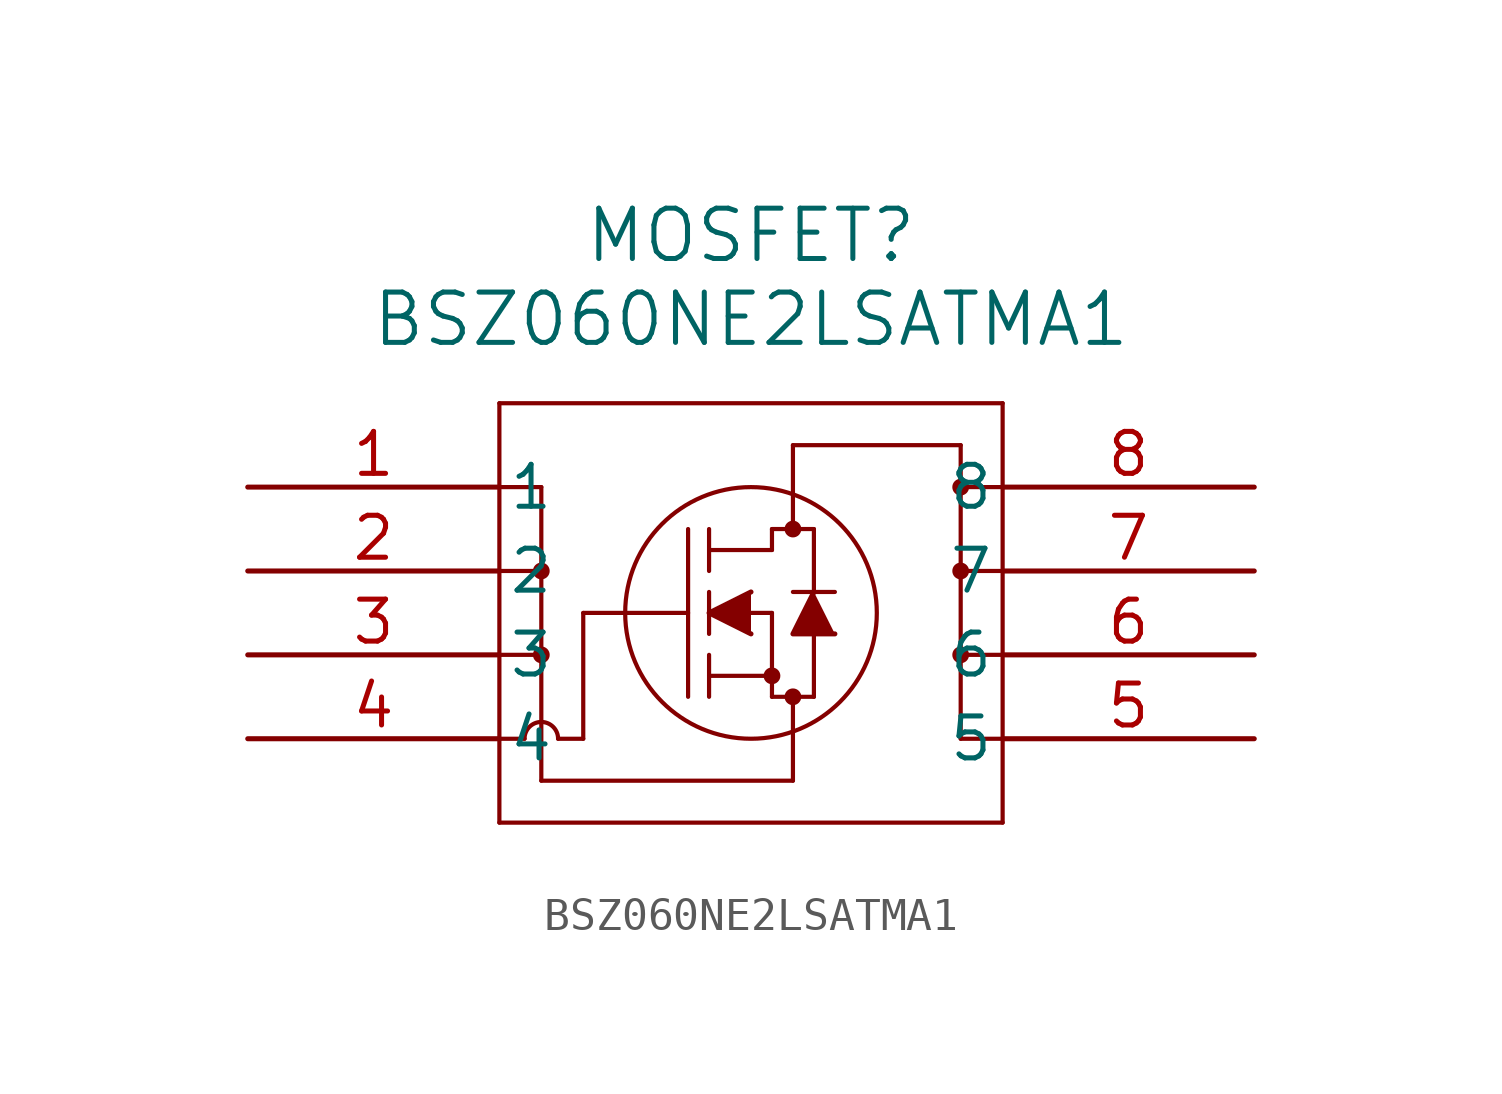
<source format=kicad_sym>
(kicad_symbol_lib
  (version 20211014)
  (generator kicad_symbol_editor)
  (symbol "BSZ060NE2LSATMA1"
    (pin_names
      (offset 0.254))
    (property "Reference" "MOSFET"
      (at 15.24 7.62 0)
      (effects (font (size 1.524 1.524))))
    (property "Value" "BSZ060NE2LSATMA1"
      (at 15.24 5.08 0)
      (effects (font (size 1.524 1.524))))
    (symbol "BSZ060NE2LSATMA1_0_1"
      (polyline (pts (xy 7.62 2.54) (xy 7.62 -10.16)) (stroke (width 0.127) (type default) (color 0 0 0 0)) (fill (type none)))
      (polyline (pts (xy 7.62 -10.16) (xy 22.86 -10.16)) (stroke (width 0.127) (type default) (color 0 0 0 0)) (fill (type none)))
      (polyline (pts (xy 22.86 -10.16) (xy 22.86 2.54)) (stroke (width 0.127) (type default) (color 0 0 0 0)) (fill (type none)))
      (polyline (pts (xy 22.86 2.54) (xy 7.62 2.54)) (stroke (width 0.127) (type default) (color 0 0 0 0)) (fill (type none)))
      (circle (center 16.51 -1.27) (radius 0.127) (stroke (width 0.254) (type default) (color 0 0 0 0)) (fill (type none)))
      (circle (center 16.51 -6.35) (radius 0.127) (stroke (width 0.254) (type default) (color 0 0 0 0)) (fill (type none)))
      (circle (center 15.875 -5.715) (radius 0.127) (stroke (width 0.254) (type default) (color 0 0 0 0)) (fill (type none)))
      (circle (center 15.24 -3.81) (radius 3.81) (stroke (width 0.127) (type default) (color 0 0 0 0)) (fill (type none)))
      (polyline (pts (xy 10.16 -3.81) (xy 13.335 -3.81)) (stroke (width 0.127) (type default) (color 0 0 0 0)) (fill (type none)))
      (polyline (pts (xy 13.335 -6.35) (xy 13.335 -1.27)) (stroke (width 0.127) (type default) (color 0 0 0 0)) (fill (type none)))
      (polyline (pts (xy 13.97 -4.445) (xy 13.97 -3.175)) (stroke (width 0.127) (type default) (color 0 0 0 0)) (fill (type none)))
      (polyline (pts (xy 13.97 -6.35) (xy 13.97 -5.08)) (stroke (width 0.127) (type default) (color 0 0 0 0)) (fill (type none)))
      (polyline (pts (xy 13.97 -2.54) (xy 13.97 -1.27)) (stroke (width 0.127) (type default) (color 0 0 0 0)) (fill (type none)))
      (polyline (pts (xy 15.24 -3.81) (xy 15.875 -3.81)) (stroke (width 0.127) (type default) (color 0 0 0 0)) (fill (type none)))
      (polyline (pts (xy 13.97 -5.715) (xy 15.875 -5.715)) (stroke (width 0.127) (type default) (color 0 0 0 0)) (fill (type none)))
      (polyline (pts (xy 15.875 -6.35) (xy 15.875 -3.81)) (stroke (width 0.127) (type default) (color 0 0 0 0)) (fill (type none)))
      (polyline (pts (xy 15.875 -6.35) (xy 17.145 -6.35)) (stroke (width 0.127) (type default) (color 0 0 0 0)) (fill (type none)))
      (polyline (pts (xy 13.97 -1.905) (xy 15.875 -1.905)) (stroke (width 0.127) (type default) (color 0 0 0 0)) (fill (type none)))
      (polyline (pts (xy 17.145 -3.175) (xy 17.145 -1.27)) (stroke (width 0.127) (type default) (color 0 0 0 0)) (fill (type none)))
      (polyline (pts (xy 17.145 -6.35) (xy 17.145 -4.445)) (stroke (width 0.127) (type default) (color 0 0 0 0)) (fill (type none)))
      (polyline (pts (xy 17.78 -3.175) (xy 16.51 -3.175)) (stroke (width 0.127) (type default) (color 0 0 0 0)) (fill (type none)))
      (polyline (pts (xy 15.875 -1.27) (xy 17.145 -1.27)) (stroke (width 0.127) (type default) (color 0 0 0 0)) (fill (type none)))
      (polyline (pts (xy 15.875 -1.905) (xy 15.875 -1.27)) (stroke (width 0.127) (type default) (color 0 0 0 0)) (fill (type none)))
      (polyline (pts (xy 7.62 -7.62) (xy 8.382 -7.62)) (stroke (width 0.127) (type default) (color 0 0 0 0)) (fill (type none)))
      (polyline (pts (xy 8.89 0) (xy 8.89 -8.89)) (stroke (width 0.127) (type default) (color 0 0 0 0)) (fill (type none)))
      (polyline (pts (xy 7.62 0) (xy 8.89 0)) (stroke (width 0.127) (type default) (color 0 0 0 0)) (fill (type none)))
      (polyline (pts (xy 7.62 -2.54) (xy 8.89 -2.54)) (stroke (width 0.127) (type default) (color 0 0 0 0)) (fill (type none)))
      (polyline (pts (xy 7.62 -5.08) (xy 8.89 -5.08)) (stroke (width 0.127) (type default) (color 0 0 0 0)) (fill (type none)))
      (arc (start 9.398 -7.62) (mid 8.89 -7.112) (end 8.382 -7.62) (stroke (width 0.127) (type default) (color 0 0 0 0)) (fill (type none)))
      (polyline (pts (xy 10.16 -7.62) (xy 9.398 -7.62)) (stroke (width 0.127) (type default) (color 0 0 0 0)) (fill (type none)))
      (polyline (pts (xy 8.89 -8.89) (xy 16.51 -8.89)) (stroke (width 0.127) (type default) (color 0 0 0 0)) (fill (type none)))
      (polyline (pts (xy 16.51 -8.89) (xy 16.51 -6.35)) (stroke (width 0.127) (type default) (color 0 0 0 0)) (fill (type none)))
      (polyline (pts (xy 22.86 -7.62) (xy 21.59 -7.62)) (stroke (width 0.127) (type default) (color 0 0 0 0)) (fill (type none)))
      (polyline (pts (xy 21.59 -7.62) (xy 21.59 1.27)) (stroke (width 0.127) (type default) (color 0 0 0 0)) (fill (type none)))
      (polyline (pts (xy 22.86 -5.08) (xy 21.59 -5.08)) (stroke (width 0.127) (type default) (color 0 0 0 0)) (fill (type none)))
      (polyline (pts (xy 22.86 -2.54) (xy 21.59 -2.54)) (stroke (width 0.127) (type default) (color 0 0 0 0)) (fill (type none)))
      (polyline (pts (xy 21.59 1.27) (xy 16.51 1.27)) (stroke (width 0.127) (type default) (color 0 0 0 0)) (fill (type none)))
      (polyline (pts (xy 16.51 1.27) (xy 16.51 -1.27)) (stroke (width 0.127) (type default) (color 0 0 0 0)) (fill (type none)))
      (circle (center 8.89 -2.54) (radius 0.127) (stroke (width 0.254) (type default) (color 0 0 0 0)) (fill (type none)))
      (circle (center 8.89 -5.08) (radius 0.127) (stroke (width 0.254) (type default) (color 0 0 0 0)) (fill (type none)))
      (polyline (pts (xy 10.16 -3.81) (xy 10.16 -7.62)) (stroke (width 0.127) (type default) (color 0 0 0 0)) (fill (type none)))
      (circle (center 21.59 0) (radius 0.127) (stroke (width 0.254) (type default) (color 0 0 0 0)) (fill (type none)))
      (circle (center 21.59 -2.54) (radius 0.127) (stroke (width 0.254) (type default) (color 0 0 0 0)) (fill (type none)))
      (circle (center 21.59 -5.08) (radius 0.127) (stroke (width 0.254) (type default) (color 0 0 0 0)) (fill (type none)))
      (polyline (pts (xy 15.24 -3.175) (xy 13.97 -3.81) (xy 15.24 -4.445)) (stroke (width 0) (type default) (color 0 0 0 0)) (fill (type outline)))
      (polyline (pts (xy 17.78 -4.445) (xy 16.51 -4.445) (xy 17.145 -3.175)) (stroke (width 0) (type default) (color 0 0 0 0)) (fill (type outline)))
      (polyline (pts (xy 22.86 0) (xy 21.59 0)) (stroke (width 0.127) (type default) (color 0 0 0 0)) (fill (type none)))
      (pin unspecified line (at 0 0 0) (length 7.62) (name "1" (effects (font (size 1.27 1.27)))) (number "1" (effects (font (size 1.27 1.27)))))
      (pin unspecified line (at 0 -2.54 0) (length 7.62) (name "2" (effects (font (size 1.27 1.27)))) (number "2" (effects (font (size 1.27 1.27)))))
      (pin unspecified line (at 0 -5.08 0) (length 7.62) (name "3" (effects (font (size 1.27 1.27)))) (number "3" (effects (font (size 1.27 1.27)))))
      (pin unspecified line (at 0 -7.62 0) (length 7.62) (name "4" (effects (font (size 1.27 1.27)))) (number "4" (effects (font (size 1.27 1.27)))))
      (pin unspecified line (at 30.48 -7.62 180) (length 7.62) (name "5" (effects (font (size 1.27 1.27)))) (number "5" (effects (font (size 1.27 1.27)))))
      (pin unspecified line (at 30.48 -5.08 180) (length 7.62) (name "6" (effects (font (size 1.27 1.27)))) (number "6" (effects (font (size 1.27 1.27)))))
      (pin unspecified line (at 30.48 -2.54 180) (length 7.62) (name "7" (effects (font (size 1.27 1.27)))) (number "7" (effects (font (size 1.27 1.27)))))
      (pin unspecified line (at 30.48 0 180) (length 7.62) (name "8" (effects (font (size 1.27 1.27)))) (number "8" (effects (font (size 1.27 1.27))))))))
</source>
